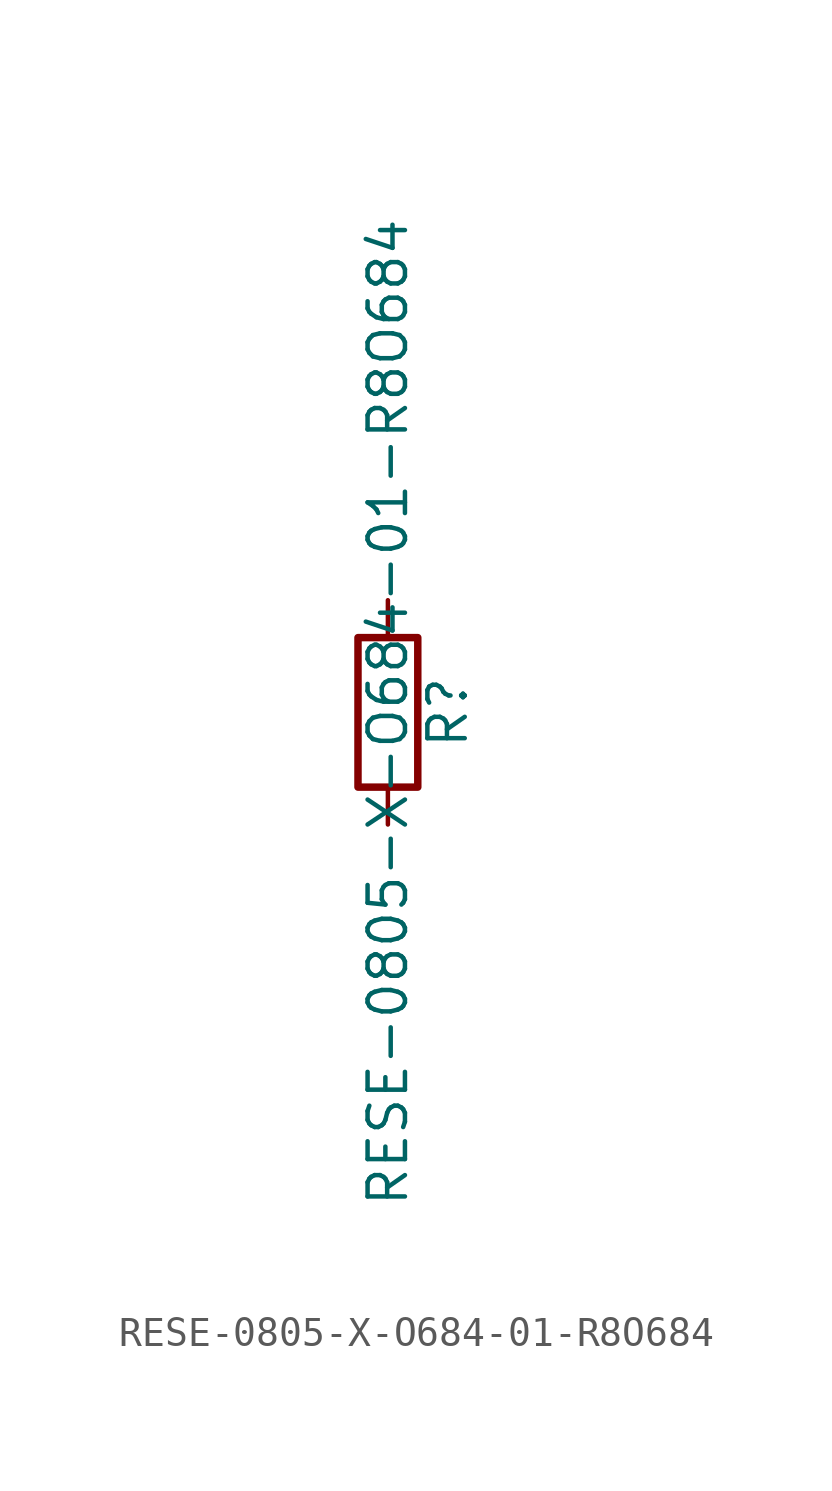
<source format=kicad_sym>
(kicad_symbol_lib
  (version 20211014)
  (generator kicad_symbol_editor)
  (symbol "RESE-0805-X-O684-01-R8O684"
    (pin_numbers hide)
    (pin_names
      (offset 0))
    (property "Reference" "R"
      (at 2.032 0 90)
      (effects (font (size 1.27 1.27))))
    (property "Value" "RESE-0805-X-O684-01-R8O684"
      (at 0 0 90)
      (effects (font (size 1.27 1.27))))
    (symbol "RESE-0805-X-O684-01-R8O684_0_1"
      (rectangle (start -1.016 -2.54) (end 1.016 2.54) (stroke (width 0.254) (type default) (color 0 0 0 0)) (fill (type none))))
    (symbol "RESE-0805-X-O684-01-R8O684_1_1"
      (pin passive line (at 0 3.81 270) (length 1.27) (name "~" (effects (font (size 1.27 1.27)))) (number "1" (effects (font (size 1.27 1.27)))))
      (pin passive line (at 0 -3.81 90) (length 1.27) (name "~" (effects (font (size 1.27 1.27)))) (number "2" (effects (font (size 1.27 1.27))))))))
</source>
